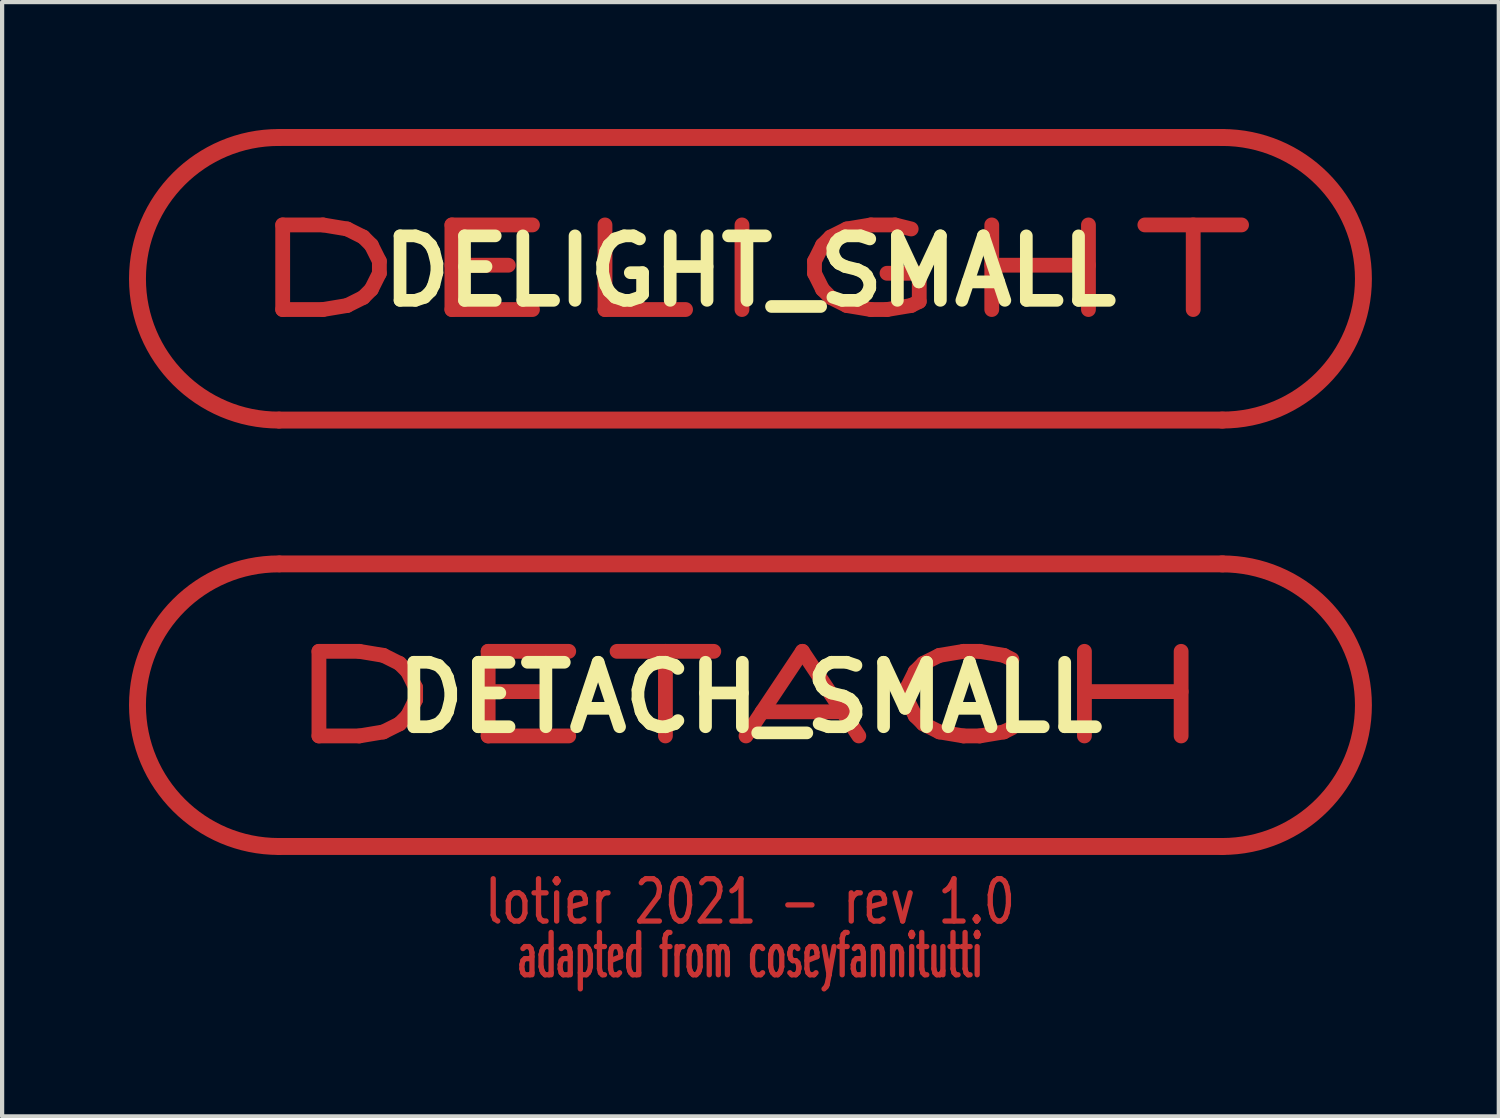
<source format=kicad_pcb>
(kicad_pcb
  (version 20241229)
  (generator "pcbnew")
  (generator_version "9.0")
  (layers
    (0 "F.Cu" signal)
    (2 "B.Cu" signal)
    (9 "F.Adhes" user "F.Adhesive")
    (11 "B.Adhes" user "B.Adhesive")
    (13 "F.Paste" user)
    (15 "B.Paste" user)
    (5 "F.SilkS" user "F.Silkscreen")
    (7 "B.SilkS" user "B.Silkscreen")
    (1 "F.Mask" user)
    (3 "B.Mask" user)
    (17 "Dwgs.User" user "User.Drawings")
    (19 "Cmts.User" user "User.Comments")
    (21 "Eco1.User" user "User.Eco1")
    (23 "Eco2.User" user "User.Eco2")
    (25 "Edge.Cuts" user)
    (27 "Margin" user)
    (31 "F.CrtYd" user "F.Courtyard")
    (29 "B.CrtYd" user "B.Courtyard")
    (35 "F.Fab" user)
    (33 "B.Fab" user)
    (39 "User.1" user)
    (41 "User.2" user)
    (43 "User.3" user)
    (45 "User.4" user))
  (footprint "DELIGHT_SMALL"
    (layer "F.Cu")
    (at 14.68 3.36)
    (property "Reference" "DELIGHT_SMALL" (at 0 0 0) (layer "F.SilkS") (effects (font (size 1.524 1.524) (thickness 0.3))))
    (attr through_hole)
    (fp_line (start -11.13 3.52) (end 11.17 3.52) (stroke (width 0.4) (type solid)) (layer "F.Cu"))
    (fp_line (start -11.11 -3.16) (end 11.17 -3.16) (stroke (width 0.4) (type solid)) (layer "F.Cu"))
    (fp_arc (start -11.14 3.52) (mid -14.48 0.18) (end -11.14 -3.16) (stroke (width 0.4) (type solid)) (layer "F.Cu"))
    (fp_arc (start 11.16 -3.16) (mid 14.5 0.18) (end 11.16 3.52) (stroke (width 0.4) (type solid)) (layer "F.Cu"))
    (fp_line (start -11.13 3.52) (end 11.17 3.52) (stroke (width 0.4) (type solid)) (layer "F.Mask"))
    (fp_line (start -11.11 -3.16) (end 11.17 -3.16) (stroke (width 0.4) (type solid)) (layer "F.Mask"))
    (fp_arc (start -11.14 3.52) (mid -14.48 0.18) (end -11.14 -3.16) (stroke (width 0.4) (type solid)) (layer "F.Mask"))
    (fp_arc (start 11.16 -3.16) (mid 14.5 0.18) (end 11.16 3.52) (stroke (width 0.4) (type solid)) (layer "F.Mask"))
    (fp_text user "DELIGHT" (at 0 0 0) (layer "F.Cu") (effects (font (size 2 4) (thickness 0.35))))
    (fp_text user "DELIGHT" (at 0 0 0) (layer "F.Mask") (effects (font (size 2 4) (thickness 0.35)))))
  (footprint "DETACH_SMALL"
    (layer "F.Cu")
    (at 14.68 13.44)
    (property "Reference" "DETACH_SMALL" (at 0 0 0) (layer "F.SilkS") (effects (font (size 1.524 1.524) (thickness 0.3))))
    (attr through_hole)
    (fp_line (start -11.13 3.52) (end 11.17 3.52) (stroke (width 0.4) (type solid)) (layer "F.Cu"))
    (fp_line (start -11.11 -3.16) (end 11.17 -3.16) (stroke (width 0.4) (type solid)) (layer "F.Cu"))
    (fp_arc (start -11.14 3.52) (mid -14.48 0.18) (end -11.14 -3.16) (stroke (width 0.4) (type solid)) (layer "F.Cu"))
    (fp_arc (start 11.16 -3.16) (mid 14.5 0.18) (end 11.16 3.52) (stroke (width 0.4) (type solid)) (layer "F.Cu"))
    (fp_line (start -11.13 3.52) (end 11.17 3.52) (stroke (width 0.4) (type solid)) (layer "F.Mask"))
    (fp_line (start -11.11 -3.16) (end 11.17 -3.16) (stroke (width 0.4) (type solid)) (layer "F.Mask"))
    (fp_arc (start -11.14 3.52) (mid -14.48 0.18) (end -11.14 -3.16) (stroke (width 0.4) (type solid)) (layer "F.Mask"))
    (fp_arc (start 11.16 -3.16) (mid 14.5 0.18) (end 11.16 3.52) (stroke (width 0.4) (type solid)) (layer "F.Mask"))
    (fp_text user "DETACH" (at 0 0 0) (layer "F.Cu") (effects (font (size 2 4) (thickness 0.35))))
    (fp_text user "adapted from coseyfannitutti" (at 0 6.096 0) (layer "F.Cu") (effects (font (size 1 0.5) (thickness 0.125))))
    (fp_text user "lotier 2021 - rev 1.0" (at 0 4.826 0) (layer "F.Cu") (effects (font (size 1 0.75) (thickness 0.125))))
    (fp_text user "adapted from coseyfannitutti" (at 0 6.096 0) (layer "F.Mask") (effects (font (size 1 0.5) (thickness 0.125))))
    (fp_text user "lotier 2021 - rev 1.0" (at 0 4.826 0) (layer "F.Mask") (effects (font (size 1 0.75) (thickness 0.125))))
    (fp_text user "DETACH" (at 0 0 0) (layer "F.Mask") (effects (font (size 2 4) (thickness 0.35)))))
  (gr_rect
    (start -3 -3)
    (end 32.38 23.34)
    (stroke (width 0.1) (type default))
    (fill no)
    (layer "Edge.Cuts")))
</source>
